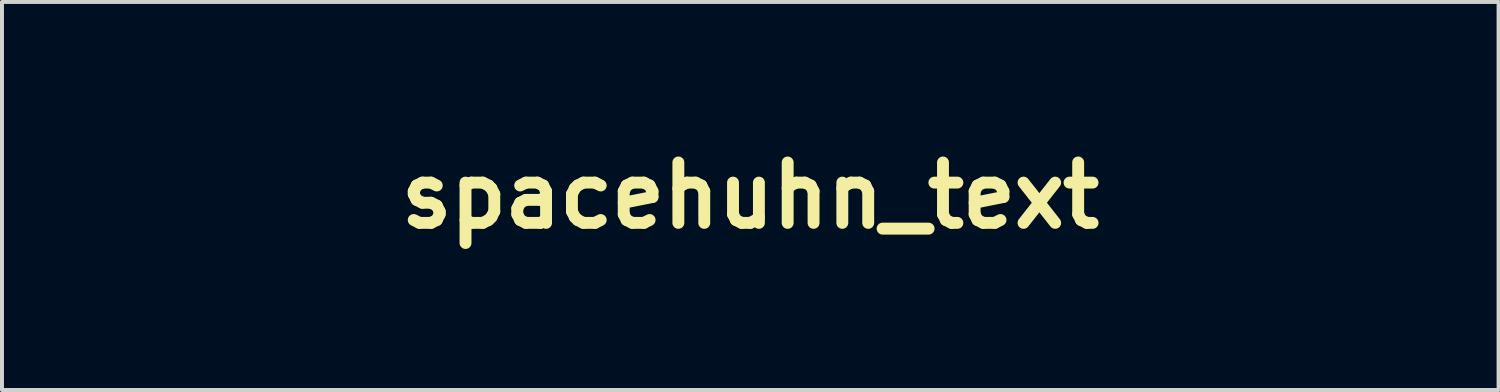
<source format=kicad_pcb>
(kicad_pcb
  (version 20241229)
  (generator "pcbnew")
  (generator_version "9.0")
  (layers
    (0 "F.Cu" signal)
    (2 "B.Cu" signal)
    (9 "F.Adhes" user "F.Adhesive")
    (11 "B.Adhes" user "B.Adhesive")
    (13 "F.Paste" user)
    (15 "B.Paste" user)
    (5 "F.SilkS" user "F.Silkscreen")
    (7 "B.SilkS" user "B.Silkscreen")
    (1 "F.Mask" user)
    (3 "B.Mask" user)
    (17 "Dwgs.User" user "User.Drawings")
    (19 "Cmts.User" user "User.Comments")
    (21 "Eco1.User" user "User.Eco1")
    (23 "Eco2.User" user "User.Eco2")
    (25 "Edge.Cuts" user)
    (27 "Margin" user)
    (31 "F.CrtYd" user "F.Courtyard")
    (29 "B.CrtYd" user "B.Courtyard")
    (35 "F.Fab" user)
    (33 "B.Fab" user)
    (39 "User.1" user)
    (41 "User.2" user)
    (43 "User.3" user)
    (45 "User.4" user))
  (footprint "spacehuhn_text"
    (layer "F.Cu")
    (at 15.88 1.884)
    (property "Reference" "spacehuhn_text" (at 0 0 0) (layer "F.SilkS") (effects (font (size 1.524 1.524) (thickness 0.3))))
    (attr through_hole)
    (fp_poly (pts (xy -11.404 -1.873) (xy -11.089 -1.872) (xy -10.83 -1.869) (xy -10.619 -1.862) (xy -10.449 -1.852) (xy -10.313 -1.837) (xy -10.201 -1.817) (xy -10.108 -1.79) (xy -10.024 -1.756) (xy -9.944 -1.713) (xy -9.931 -1.706) (xy -9.771 -1.575) (xy -9.645 -1.394) (xy -9.575 -1.229) (xy -9.549 -1.109) (xy -9.532 -0.942) (xy -9.522 -0.743) (xy -9.521 -0.527) (xy -9.527 -0.312) (xy -9.542 -0.111) (xy -9.564 0.058) (xy -9.588 0.166) (xy -9.663 0.349) (xy -9.768 0.496) (xy -9.906 0.611) (xy -10.085 0.695) (xy -10.309 0.752) (xy -10.582 0.784) (xy -10.882 0.793) (xy -11.303 0.794) (xy -11.303 1.254) (xy -11.303 1.46) (xy -11.309 1.612) (xy -11.329 1.717) (xy -11.372 1.784) (xy -11.446 1.821) (xy -11.56 1.838) (xy -11.721 1.842) (xy -11.883 1.841) (xy -12.075 1.84) (xy -12.213 1.835) (xy -12.309 1.825) (xy -12.371 1.81) (xy -12.407 1.792) (xy -12.478 1.743) (xy -12.478 -0.015) (xy -12.478 -0.398) (xy -12.478 -0.412) (xy -11.33 -0.412) (xy -11.329 -0.287) (xy -11.325 -0.199) (xy -11.319 -0.165) (xy -11.298 -0.142) (xy -11.247 -0.131) (xy -11.155 -0.129) (xy -11.028 -0.133) (xy -10.89 -0.143) (xy -10.801 -0.156) (xy -10.744 -0.177) (xy -10.705 -0.209) (xy -10.695 -0.22) (xy -10.657 -0.305) (xy -10.636 -0.428) (xy -10.633 -0.567) (xy -10.647 -0.7) (xy -10.679 -0.802) (xy -10.696 -0.829) (xy -10.731 -0.865) (xy -10.774 -0.887) (xy -10.841 -0.899) (xy -10.947 -0.903) (xy -11.038 -0.904) (xy -11.319 -0.905) (xy -11.328 -0.558) (xy -11.33 -0.412) (xy -12.478 -0.412) (xy -12.477 -0.722) (xy -12.476 -0.993) (xy -12.474 -1.214) (xy -12.472 -1.393) (xy -12.468 -1.532) (xy -12.463 -1.637) (xy -12.457 -1.714) (xy -12.45 -1.767) (xy -12.442 -1.8) (xy -12.431 -1.82) (xy -12.428 -1.823) (xy -12.407 -1.838) (xy -12.37 -1.849) (xy -12.312 -1.858) (xy -12.225 -1.864) (xy -12.103 -1.868) (xy -11.938 -1.871) (xy -11.725 -1.872) (xy -11.456 -1.873) (xy -11.404 -1.873)) (stroke (width 0.01) (type solid)) (fill yes) (layer "F.Mask"))
    (fp_poly (pts (xy 11.68 -1.872) (xy 11.82 -1.865) (xy 11.927 -1.854) (xy 11.988 -1.84) (xy 11.995 -1.835) (xy 12.004 -1.81) (xy 12.011 -1.752) (xy 12.017 -1.657) (xy 12.023 -1.52) (xy 12.026 -1.34) (xy 12.029 -1.111) (xy 12.032 -0.831) (xy 12.033 -0.495) (xy 12.033 -0.099) (xy 12.033 -0.026) (xy 12.033 1.745) (xy 11.956 1.796) (xy 11.892 1.816) (xy 11.784 1.831) (xy 11.644 1.839) (xy 11.487 1.842) (xy 11.326 1.839) (xy 11.175 1.83) (xy 11.048 1.817) (xy 10.958 1.798) (xy 10.921 1.778) (xy 10.912 1.732) (xy 10.904 1.634) (xy 10.897 1.494) (xy 10.893 1.322) (xy 10.891 1.13) (xy 10.891 1.119) (xy 10.89 0.508) (xy 10.033 0.508) (xy 10.033 1.125) (xy 10.034 1.357) (xy 10.031 1.532) (xy 10.02 1.66) (xy 9.993 1.747) (xy 9.945 1.8) (xy 9.87 1.829) (xy 9.761 1.839) (xy 9.613 1.84) (xy 9.462 1.838) (xy 9.299 1.835) (xy 9.156 1.831) (xy 9.045 1.826) (xy 8.982 1.82) (xy 8.976 1.819) (xy 8.921 1.78) (xy 8.888 1.726) (xy 8.88 1.673) (xy 8.874 1.565) (xy 8.868 1.409) (xy 8.864 1.212) (xy 8.86 0.981) (xy 8.858 0.723) (xy 8.857 0.447) (xy 8.857 0.158) (xy 8.857 -0.135) (xy 8.859 -0.425) (xy 8.862 -0.705) (xy 8.865 -0.968) (xy 8.87 -1.207) (xy 8.875 -1.413) (xy 8.882 -1.581) (xy 8.889 -1.702) (xy 8.896 -1.769) (xy 8.899 -1.778) (xy 8.916 -1.808) (xy 8.938 -1.829) (xy 8.976 -1.844) (xy 9.038 -1.853) (xy 9.136 -1.859) (xy 9.279 -1.863) (xy 9.436 -1.866) (xy 9.629 -1.869) (xy 9.769 -1.868) (xy 9.865 -1.863) (xy 9.927 -1.853) (xy 9.966 -1.837) (xy 9.982 -1.824) (xy 10 -1.797) (xy 10.014 -1.753) (xy 10.023 -1.682) (xy 10.029 -1.575) (xy 10.032 -1.425) (xy 10.033 -1.221) (xy 10.033 -1.172) (xy 10.033 -0.572) (xy 10.89 -0.572) (xy 10.89 -1.184) (xy 10.892 -1.424) (xy 10.896 -1.605) (xy 10.904 -1.731) (xy 10.916 -1.807) (xy 10.928 -1.835) (xy 10.975 -1.851) (xy 11.071 -1.862) (xy 11.204 -1.87) (xy 11.359 -1.874) (xy 11.522 -1.875) (xy 11.68 -1.872)) (stroke (width 0.01) (type solid)) (fill yes) (layer "F.Mask"))
    (fp_poly (pts (xy 15.549 -1.873) (xy 15.682 -1.861) (xy 15.78 -1.844) (xy 15.825 -1.823) (xy 15.836 -1.807) (xy 15.845 -1.778) (xy 15.853 -1.731) (xy 15.859 -1.662) (xy 15.864 -1.565) (xy 15.868 -1.436) (xy 15.871 -1.27) (xy 15.873 -1.061) (xy 15.874 -0.805) (xy 15.875 -0.496) (xy 15.875 -0.131) (xy 15.875 -0.015) (xy 15.875 1.743) (xy 15.804 1.792) (xy 15.76 1.813) (xy 15.692 1.828) (xy 15.589 1.836) (xy 15.44 1.841) (xy 15.296 1.841) (xy 15.095 1.841) (xy 14.948 1.833) (xy 14.847 1.812) (xy 14.784 1.769) (xy 14.75 1.697) (xy 14.735 1.589) (xy 14.731 1.437) (xy 14.731 1.357) (xy 14.73 1) (xy 14.31 0.487) (xy 13.891 -0.027) (xy 13.883 0.852) (xy 13.88 1.111) (xy 13.878 1.314) (xy 13.874 1.469) (xy 13.869 1.582) (xy 13.862 1.661) (xy 13.853 1.714) (xy 13.841 1.749) (xy 13.824 1.771) (xy 13.808 1.786) (xy 13.771 1.809) (xy 13.719 1.824) (xy 13.64 1.834) (xy 13.523 1.84) (xy 13.357 1.841) (xy 13.3 1.841) (xy 13.122 1.841) (xy 12.996 1.837) (xy 12.911 1.83) (xy 12.855 1.817) (xy 12.818 1.798) (xy 12.795 1.778) (xy 12.782 1.763) (xy 12.77 1.743) (xy 12.76 1.713) (xy 12.752 1.669) (xy 12.746 1.606) (xy 12.741 1.517) (xy 12.738 1.398) (xy 12.735 1.244) (xy 12.733 1.049) (xy 12.732 0.809) (xy 12.732 0.519) (xy 12.732 0.172) (xy 12.732 -0.029) (xy 12.732 -0.411) (xy 12.732 -0.733) (xy 12.734 -1.002) (xy 12.735 -1.222) (xy 12.738 -1.399) (xy 12.742 -1.537) (xy 12.746 -1.641) (xy 12.752 -1.717) (xy 12.76 -1.768) (xy 12.768 -1.801) (xy 12.779 -1.82) (xy 12.782 -1.823) (xy 12.84 -1.849) (xy 12.946 -1.867) (xy 13.083 -1.876) (xy 13.234 -1.878) (xy 13.385 -1.871) (xy 13.518 -1.857) (xy 13.619 -1.834) (xy 13.656 -1.817) (xy 13.7 -1.778) (xy 13.778 -1.698) (xy 13.883 -1.584) (xy 14.009 -1.445) (xy 14.147 -1.288) (xy 14.228 -1.195) (xy 14.716 -0.628) (xy 14.732 -1.198) (xy 14.74 -1.425) (xy 14.749 -1.594) (xy 14.761 -1.713) (xy 14.776 -1.787) (xy 14.791 -1.821) (xy 14.842 -1.844) (xy 14.942 -1.861) (xy 15.077 -1.872) (xy 15.232 -1.878) (xy 15.394 -1.878) (xy 15.549 -1.873)) (stroke (width 0.01) (type solid)) (fill yes) (layer "F.Mask"))
    (fp_poly (pts (xy 5.878 -1.873) (xy 6.017 -1.862) (xy 6.12 -1.845) (xy 6.173 -1.823) (xy 6.186 -1.804) (xy 6.196 -1.772) (xy 6.204 -1.719) (xy 6.211 -1.641) (xy 6.216 -1.531) (xy 6.219 -1.383) (xy 6.221 -1.193) (xy 6.222 -0.953) (xy 6.223 -0.658) (xy 6.223 -0.511) (xy 6.223 -0.177) (xy 6.222 0.098) (xy 6.224 0.321) (xy 6.229 0.497) (xy 6.24 0.631) (xy 6.257 0.73) (xy 6.283 0.798) (xy 6.32 0.841) (xy 6.368 0.864) (xy 6.43 0.874) (xy 6.506 0.875) (xy 6.6 0.873) (xy 6.642 0.873) (xy 6.739 0.874) (xy 6.82 0.874) (xy 6.885 0.868) (xy 6.937 0.849) (xy 6.976 0.812) (xy 7.005 0.752) (xy 7.025 0.664) (xy 7.038 0.541) (xy 7.045 0.379) (xy 7.048 0.172) (xy 7.049 -0.086) (xy 7.049 -0.4) (xy 7.048 -0.525) (xy 7.049 -0.844) (xy 7.05 -1.105) (xy 7.051 -1.315) (xy 7.054 -1.478) (xy 7.059 -1.602) (xy 7.064 -1.692) (xy 7.072 -1.754) (xy 7.081 -1.794) (xy 7.093 -1.817) (xy 7.098 -1.823) (xy 7.129 -1.843) (xy 7.18 -1.857) (xy 7.263 -1.866) (xy 7.386 -1.871) (xy 7.559 -1.873) (xy 7.632 -1.873) (xy 7.849 -1.871) (xy 8.005 -1.864) (xy 8.106 -1.853) (xy 8.153 -1.836) (xy 8.153 -1.835) (xy 8.164 -1.793) (xy 8.173 -1.695) (xy 8.181 -1.55) (xy 8.187 -1.363) (xy 8.191 -1.145) (xy 8.194 -0.901) (xy 8.195 -0.639) (xy 8.195 -0.368) (xy 8.194 -0.096) (xy 8.191 0.171) (xy 8.187 0.425) (xy 8.181 0.658) (xy 8.174 0.861) (xy 8.166 1.028) (xy 8.156 1.151) (xy 8.145 1.222) (xy 8.145 1.225) (xy 8.055 1.419) (xy 7.91 1.581) (xy 7.712 1.71) (xy 7.459 1.806) (xy 7.153 1.869) (xy 6.793 1.899) (xy 6.588 1.902) (xy 6.411 1.896) (xy 6.23 1.885) (xy 6.07 1.87) (xy 5.979 1.856) (xy 5.7 1.786) (xy 5.474 1.686) (xy 5.298 1.554) (xy 5.169 1.388) (xy 5.151 1.355) (xy 5.064 1.191) (xy 5.055 -0.29) (xy 5.053 -0.638) (xy 5.052 -0.929) (xy 5.052 -1.166) (xy 5.053 -1.356) (xy 5.055 -1.505) (xy 5.059 -1.618) (xy 5.064 -1.7) (xy 5.071 -1.756) (xy 5.08 -1.793) (xy 5.091 -1.815) (xy 5.097 -1.822) (xy 5.151 -1.844) (xy 5.255 -1.861) (xy 5.393 -1.872) (xy 5.553 -1.878) (xy 5.719 -1.878) (xy 5.878 -1.873)) (stroke (width 0.01) (type solid)) (fill yes) (layer "F.Mask"))
    (fp_poly (pts (xy 1.872 -1.878) (xy 2.03 -1.872) (xy 2.166 -1.861) (xy 2.268 -1.844) (xy 2.321 -1.822) (xy 2.322 -1.821) (xy 2.339 -1.783) (xy 2.352 -1.711) (xy 2.362 -1.597) (xy 2.369 -1.435) (xy 2.375 -1.218) (xy 2.376 -1.17) (xy 2.386 -0.572) (xy 3.207 -0.572) (xy 3.207 -1.172) (xy 3.208 -1.388) (xy 3.21 -1.55) (xy 3.216 -1.665) (xy 3.224 -1.742) (xy 3.237 -1.791) (xy 3.254 -1.82) (xy 3.257 -1.823) (xy 3.287 -1.843) (xy 3.338 -1.857) (xy 3.42 -1.866) (xy 3.542 -1.871) (xy 3.715 -1.873) (xy 3.795 -1.873) (xy 3.981 -1.873) (xy 4.114 -1.871) (xy 4.204 -1.865) (xy 4.262 -1.856) (xy 4.298 -1.84) (xy 4.321 -1.817) (xy 4.332 -1.803) (xy 4.343 -1.781) (xy 4.352 -1.746) (xy 4.36 -1.694) (xy 4.366 -1.618) (xy 4.371 -1.514) (xy 4.375 -1.376) (xy 4.378 -1.201) (xy 4.379 -0.982) (xy 4.381 -0.715) (xy 4.381 -0.395) (xy 4.381 -0.016) (xy 4.381 -0.009) (xy 4.381 0.366) (xy 4.381 0.682) (xy 4.38 0.945) (xy 4.379 1.16) (xy 4.377 1.332) (xy 4.374 1.467) (xy 4.37 1.569) (xy 4.364 1.643) (xy 4.357 1.696) (xy 4.348 1.731) (xy 4.337 1.755) (xy 4.324 1.771) (xy 4.318 1.778) (xy 4.287 1.803) (xy 4.247 1.821) (xy 4.187 1.832) (xy 4.094 1.838) (xy 3.959 1.841) (xy 3.801 1.841) (xy 3.609 1.842) (xy 3.464 1.839) (xy 3.358 1.826) (xy 3.286 1.793) (xy 3.241 1.733) (xy 3.217 1.64) (xy 3.208 1.505) (xy 3.206 1.32) (xy 3.207 1.125) (xy 3.207 0.508) (xy 2.386 0.508) (xy 2.376 1.126) (xy 2.37 1.361) (xy 2.363 1.538) (xy 2.354 1.663) (xy 2.342 1.743) (xy 2.326 1.782) (xy 2.324 1.784) (xy 2.281 1.803) (xy 2.19 1.817) (xy 2.047 1.828) (xy 1.846 1.834) (xy 1.816 1.835) (xy 1.627 1.838) (xy 1.49 1.837) (xy 1.395 1.831) (xy 1.332 1.819) (xy 1.289 1.801) (xy 1.278 1.794) (xy 1.206 1.743) (xy 1.206 -0.015) (xy 1.207 -0.398) (xy 1.207 -0.722) (xy 1.208 -0.993) (xy 1.21 -1.214) (xy 1.213 -1.393) (xy 1.216 -1.532) (xy 1.221 -1.637) (xy 1.227 -1.714) (xy 1.234 -1.767) (xy 1.243 -1.8) (xy 1.253 -1.82) (xy 1.256 -1.823) (xy 1.31 -1.846) (xy 1.413 -1.862) (xy 1.55 -1.873) (xy 1.708 -1.879) (xy 1.872 -1.878)) (stroke (width 0.01) (type solid)) (fill yes) (layer "F.Mask"))
    (fp_poly (pts (xy -3.065 -1.871) (xy -2.948 -1.868) (xy -2.865 -1.863) (xy -2.81 -1.854) (xy -2.775 -1.843) (xy -2.753 -1.828) (xy -2.751 -1.826) (xy -2.728 -1.792) (xy -2.713 -1.738) (xy -2.704 -1.651) (xy -2.7 -1.52) (xy -2.699 -1.385) (xy -2.702 -1.182) (xy -2.713 -1.041) (xy -2.73 -0.96) (xy -2.738 -0.945) (xy -2.76 -0.927) (xy -2.801 -0.913) (xy -2.867 -0.902) (xy -2.969 -0.894) (xy -3.113 -0.888) (xy -3.31 -0.883) (xy -3.413 -0.881) (xy -3.61 -0.876) (xy -3.788 -0.87) (xy -3.936 -0.862) (xy -4.043 -0.854) (xy -4.098 -0.846) (xy -4.101 -0.845) (xy -4.14 -0.816) (xy -4.17 -0.764) (xy -4.193 -0.683) (xy -4.208 -0.565) (xy -4.217 -0.403) (xy -4.222 -0.19) (xy -4.223 0.003) (xy -4.221 0.25) (xy -4.216 0.44) (xy -4.206 0.581) (xy -4.19 0.681) (xy -4.167 0.748) (xy -4.134 0.787) (xy -4.092 0.807) (xy -4.082 0.81) (xy -4.031 0.815) (xy -3.927 0.82) (xy -3.782 0.825) (xy -3.607 0.829) (xy -3.412 0.833) (xy -3.403 0.833) (xy -3.189 0.836) (xy -3.031 0.84) (xy -2.918 0.846) (xy -2.841 0.854) (xy -2.793 0.866) (xy -2.763 0.882) (xy -2.744 0.903) (xy -2.723 0.953) (xy -2.709 1.04) (xy -2.701 1.173) (xy -2.699 1.354) (xy -2.698 1.501) (xy -2.701 1.615) (xy -2.714 1.7) (xy -2.744 1.761) (xy -2.799 1.802) (xy -2.886 1.825) (xy -3.011 1.837) (xy -3.182 1.84) (xy -3.406 1.838) (xy -3.539 1.837) (xy -3.76 1.835) (xy -3.974 1.83) (xy -4.167 1.824) (xy -4.327 1.816) (xy -4.441 1.808) (xy -4.461 1.806) (xy -4.666 1.762) (xy -4.863 1.687) (xy -5.036 1.59) (xy -5.164 1.479) (xy -5.173 1.469) (xy -5.227 1.4) (xy -5.271 1.332) (xy -5.305 1.259) (xy -5.332 1.171) (xy -5.351 1.062) (xy -5.366 0.923) (xy -5.376 0.747) (xy -5.383 0.526) (xy -5.388 0.252) (xy -5.39 0.139) (xy -5.394 -0.211) (xy -5.393 -0.504) (xy -5.386 -0.747) (xy -5.372 -0.947) (xy -5.35 -1.11) (xy -5.319 -1.242) (xy -5.277 -1.351) (xy -5.224 -1.443) (xy -5.157 -1.524) (xy -5.086 -1.594) (xy -4.984 -1.67) (xy -4.856 -1.744) (xy -4.775 -1.781) (xy -4.717 -1.803) (xy -4.66 -1.82) (xy -4.595 -1.833) (xy -4.515 -1.843) (xy -4.411 -1.851) (xy -4.274 -1.856) (xy -4.096 -1.86) (xy -3.868 -1.864) (xy -3.696 -1.867) (xy -3.432 -1.87) (xy -3.224 -1.871) (xy -3.065 -1.871)) (stroke (width 0.01) (type solid)) (fill yes) (layer "F.Mask"))
    (fp_poly (pts (xy -0.441 -1.873) (xy -0.177 -1.872) (xy 0.034 -1.87) (xy 0.2 -1.868) (xy 0.326 -1.863) (xy 0.418 -1.858) (xy 0.481 -1.85) (xy 0.522 -1.841) (xy 0.546 -1.829) (xy 0.553 -1.823) (xy 0.575 -1.789) (xy 0.59 -1.73) (xy 0.599 -1.637) (xy 0.603 -1.497) (xy 0.603 -1.381) (xy 0.603 -1.216) (xy 0.599 -1.103) (xy 0.591 -1.029) (xy 0.577 -0.984) (xy 0.555 -0.955) (xy 0.533 -0.938) (xy 0.5 -0.922) (xy 0.449 -0.91) (xy 0.373 -0.901) (xy 0.263 -0.895) (xy 0.11 -0.891) (xy -0.092 -0.889) (xy -0.261 -0.889) (xy -0.984 -0.889) (xy -0.984 -0.508) (xy -0.447 -0.508) (xy -0.243 -0.507) (xy -0.094 -0.504) (xy 0.011 -0.497) (xy 0.079 -0.487) (xy 0.122 -0.472) (xy 0.141 -0.458) (xy 0.166 -0.401) (xy 0.183 -0.297) (xy 0.193 -0.163) (xy 0.195 -0.016) (xy 0.189 0.127) (xy 0.177 0.25) (xy 0.156 0.336) (xy 0.141 0.363) (xy 0.112 0.382) (xy 0.064 0.395) (xy -0.014 0.404) (xy -0.13 0.41) (xy -0.294 0.412) (xy -0.447 0.413) (xy -0.984 0.413) (xy -0.984 0.857) (xy -0.24 0.857) (xy 0.001 0.858) (xy 0.187 0.86) (xy 0.325 0.864) (xy 0.423 0.87) (xy 0.489 0.879) (xy 0.53 0.891) (xy 0.553 0.907) (xy 0.575 0.942) (xy 0.59 1) (xy 0.599 1.094) (xy 0.603 1.233) (xy 0.603 1.35) (xy 0.603 1.515) (xy 0.599 1.628) (xy 0.591 1.701) (xy 0.577 1.746) (xy 0.555 1.775) (xy 0.533 1.792) (xy 0.507 1.805) (xy 0.468 1.815) (xy 0.408 1.824) (xy 0.321 1.83) (xy 0.202 1.835) (xy 0.044 1.838) (xy -0.159 1.84) (xy -0.412 1.841) (xy -0.722 1.841) (xy -0.762 1.841) (xy -1.079 1.841) (xy -1.339 1.84) (xy -1.547 1.838) (xy -1.709 1.835) (xy -1.833 1.831) (xy -1.923 1.824) (xy -1.986 1.816) (xy -2.028 1.806) (xy -2.054 1.794) (xy -2.057 1.792) (xy -2.127 1.743) (xy -2.127 -0.015) (xy -2.127 -0.398) (xy -2.127 -0.722) (xy -2.125 -0.993) (xy -2.124 -1.214) (xy -2.121 -1.393) (xy -2.117 -1.532) (xy -2.113 -1.637) (xy -2.107 -1.714) (xy -2.1 -1.767) (xy -2.091 -1.8) (xy -2.081 -1.82) (xy -2.077 -1.823) (xy -2.058 -1.836) (xy -2.026 -1.846) (xy -1.973 -1.855) (xy -1.895 -1.861) (xy -1.785 -1.866) (xy -1.638 -1.869) (xy -1.447 -1.871) (xy -1.208 -1.873) (xy -0.913 -1.873) (xy -0.762 -1.873) (xy -0.441 -1.873)) (stroke (width 0.01) (type solid)) (fill yes) (layer "F.Mask"))
    (fp_poly (pts (xy -7.334 -1.872) (xy -7.134 -1.87) (xy -6.963 -1.867) (xy -6.83 -1.863) (xy -6.744 -1.858) (xy -6.716 -1.853) (xy -6.687 -1.835) (xy -6.655 -1.797) (xy -6.618 -1.734) (xy -6.573 -1.639) (xy -6.518 -1.506) (xy -6.448 -1.328) (xy -6.362 -1.099) (xy -6.325 -1) (xy -6.226 -0.734) (xy -6.147 -0.517) (xy -6.084 -0.339) (xy -6.037 -0.189) (xy -6.003 -0.056) (xy -5.979 0.07) (xy -5.964 0.2) (xy -5.957 0.345) (xy -5.953 0.515) (xy -5.953 0.72) (xy -5.953 0.911) (xy -5.954 1.179) (xy -5.956 1.389) (xy -5.961 1.547) (xy -5.967 1.66) (xy -5.976 1.734) (xy -5.988 1.775) (xy -5.994 1.784) (xy -6.031 1.802) (xy -6.107 1.814) (xy -6.228 1.821) (xy -6.402 1.825) (xy -6.529 1.826) (xy -6.734 1.826) (xy -6.885 1.821) (xy -6.989 1.804) (xy -7.056 1.767) (xy -7.093 1.703) (xy -7.109 1.604) (xy -7.112 1.463) (xy -7.112 1.312) (xy -7.112 0.921) (xy -8.001 0.921) (xy -8.001 1.332) (xy -8.001 1.515) (xy -8.009 1.649) (xy -8.032 1.74) (xy -8.079 1.796) (xy -8.159 1.827) (xy -8.281 1.838) (xy -8.454 1.84) (xy -8.556 1.839) (xy -8.717 1.837) (xy -8.86 1.831) (xy -8.97 1.822) (xy -9.033 1.812) (xy -9.036 1.81) (xy -9.07 1.79) (xy -9.096 1.755) (xy -9.115 1.697) (xy -9.129 1.609) (xy -9.137 1.483) (xy -9.142 1.313) (xy -9.144 1.089) (xy -9.144 0.983) (xy -9.142 0.687) (xy -9.133 0.442) (xy -9.117 0.233) (xy -9.091 0.048) (xy -9.067 -0.064) (xy -7.927 -0.064) (xy -7.91 -0.048) (xy -7.864 -0.039) (xy -7.779 -0.034) (xy -7.645 -0.032) (xy -7.555 -0.032) (xy -7.386 -0.033) (xy -7.272 -0.039) (xy -7.207 -0.048) (xy -7.182 -0.063) (xy -7.182 -0.071) (xy -7.197 -0.116) (xy -7.225 -0.208) (xy -7.263 -0.334) (xy -7.304 -0.472) (xy -7.362 -0.654) (xy -7.414 -0.779) (xy -7.465 -0.854) (xy -7.521 -0.887) (xy -7.585 -0.883) (xy -7.629 -0.866) (xy -7.657 -0.847) (xy -7.685 -0.811) (xy -7.715 -0.752) (xy -7.749 -0.662) (xy -7.792 -0.533) (xy -7.846 -0.359) (xy -7.913 -0.132) (xy -7.926 -0.087) (xy -7.927 -0.064) (xy -9.067 -0.064) (xy -9.053 -0.127) (xy -9.003 -0.305) (xy -8.953 -0.455) (xy -8.866 -0.702) (xy -8.777 -0.943) (xy -8.69 -1.17) (xy -8.608 -1.376) (xy -8.534 -1.553) (xy -8.472 -1.694) (xy -8.423 -1.79) (xy -8.393 -1.833) (xy -8.356 -1.847) (xy -8.284 -1.857) (xy -8.17 -1.865) (xy -8.009 -1.87) (xy -7.796 -1.872) (xy -7.553 -1.873) (xy -7.334 -1.872)) (stroke (width 0.01) (type solid)) (fill yes) (layer "F.Mask"))
    (fp_poly (pts (xy -13.598 -1.87) (xy -13.475 -1.868) (xy -13.386 -1.863) (xy -13.327 -1.855) (xy -13.289 -1.844) (xy -13.265 -1.83) (xy -13.26 -1.825) (xy -13.235 -1.768) (xy -13.217 -1.664) (xy -13.207 -1.528) (xy -13.203 -1.377) (xy -13.206 -1.227) (xy -13.217 -1.093) (xy -13.235 -0.991) (xy -13.258 -0.939) (xy -13.284 -0.922) (xy -13.327 -0.909) (xy -13.397 -0.9) (xy -13.501 -0.894) (xy -13.649 -0.891) (xy -13.847 -0.889) (xy -13.966 -0.889) (xy -14.2 -0.888) (xy -14.378 -0.886) (xy -14.508 -0.879) (xy -14.598 -0.866) (xy -14.654 -0.847) (xy -14.685 -0.818) (xy -14.698 -0.778) (xy -14.7 -0.726) (xy -14.7 -0.723) (xy -14.696 -0.677) (xy -14.677 -0.641) (xy -14.636 -0.613) (xy -14.565 -0.588) (xy -14.454 -0.564) (xy -14.297 -0.538) (xy -14.097 -0.51) (xy -13.898 -0.48) (xy -13.748 -0.453) (xy -13.63 -0.423) (xy -13.531 -0.388) (xy -13.433 -0.343) (xy -13.431 -0.342) (xy -13.295 -0.261) (xy -13.19 -0.168) (xy -13.113 -0.054) (xy -13.062 0.089) (xy -13.032 0.27) (xy -13.02 0.497) (xy -13.023 0.744) (xy -13.03 0.923) (xy -13.039 1.054) (xy -13.054 1.153) (xy -13.076 1.235) (xy -13.109 1.316) (xy -13.119 1.339) (xy -13.234 1.518) (xy -13.395 1.657) (xy -13.606 1.758) (xy -13.634 1.768) (xy -13.719 1.786) (xy -13.853 1.801) (xy -14.025 1.814) (xy -14.228 1.825) (xy -14.45 1.833) (xy -14.683 1.838) (xy -14.918 1.84) (xy -15.143 1.84) (xy -15.35 1.836) (xy -15.53 1.83) (xy -15.673 1.82) (xy -15.768 1.806) (xy -15.804 1.794) (xy -15.834 1.769) (xy -15.854 1.736) (xy -15.866 1.683) (xy -15.872 1.599) (xy -15.874 1.472) (xy -15.875 1.356) (xy -15.872 1.201) (xy -15.865 1.068) (xy -15.856 0.97) (xy -15.844 0.921) (xy -15.844 0.921) (xy -15.825 0.905) (xy -15.785 0.893) (xy -15.716 0.883) (xy -15.612 0.875) (xy -15.466 0.869) (xy -15.27 0.863) (xy -15.028 0.857) (xy -14.241 0.841) (xy -14.21 0.752) (xy -14.193 0.671) (xy -14.213 0.611) (xy -14.277 0.568) (xy -14.393 0.535) (xy -14.497 0.516) (xy -14.654 0.491) (xy -14.838 0.462) (xy -15.011 0.434) (xy -15.031 0.431) (xy -15.287 0.375) (xy -15.49 0.296) (xy -15.644 0.191) (xy -15.758 0.057) (xy -15.763 0.05) (xy -15.859 -0.106) (xy -15.859 -0.68) (xy -15.859 -0.887) (xy -15.856 -1.042) (xy -15.851 -1.154) (xy -15.842 -1.236) (xy -15.828 -1.296) (xy -15.808 -1.347) (xy -15.79 -1.381) (xy -15.654 -1.569) (xy -15.47 -1.72) (xy -15.351 -1.784) (xy -15.303 -1.805) (xy -15.255 -1.822) (xy -15.199 -1.835) (xy -15.128 -1.845) (xy -15.033 -1.852) (xy -14.906 -1.857) (xy -14.739 -1.861) (xy -14.525 -1.864) (xy -14.256 -1.867) (xy -14.252 -1.867) (xy -13.98 -1.87) (xy -13.764 -1.871) (xy -13.598 -1.87)) (stroke (width 0.01) (type solid)) (fill yes) (layer "F.Mask")))
  (gr_rect
    (start -3 -3)
    (end 34.76 6.79)
    (stroke (width 0.1) (type default))
    (fill no)
    (layer "Edge.Cuts")))
</source>
